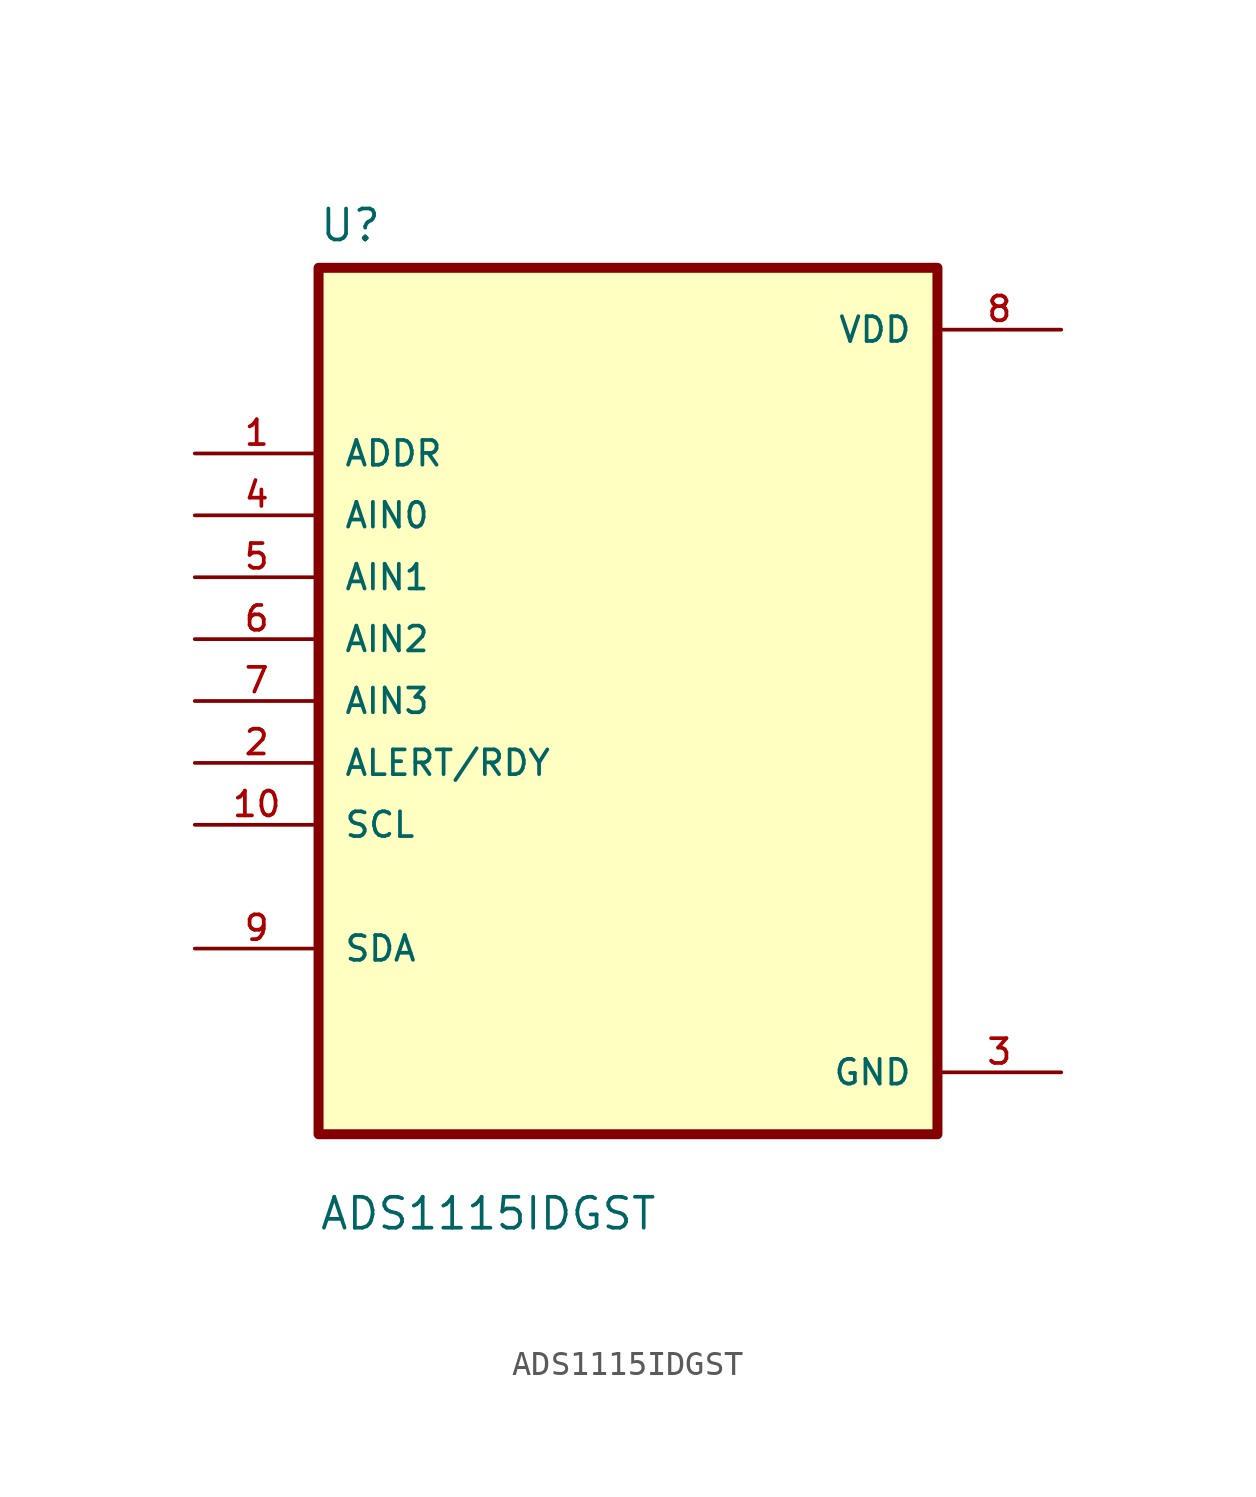
<source format=kicad_sym>
(kicad_symbol_lib
  (version 20211014)
  (generator kicad_symbol_editor)
  (symbol "ADS1115IDGST"
    (pin_names
      (offset 1.016))
    (property "Reference" "U"
      (at -12.7 18.78 0.0)
      (effects (font (size 1.27 1.27)) (justify bottom left)))
    (property "Value" "ADS1115IDGST"
      (at -12.7 -21.78 0.0)
      (effects (font (size 1.27 1.27)) (justify bottom left)))
    (symbol "ADS1115IDGST_0_0"
      (rectangle (start -12.7 -17.78) (end 12.7 17.78) (stroke (width 0.41)) (fill (type background)))
      (pin input line (at -17.78 10.16 0) (length 5.08) (name "ADDR" (effects (font (size 1.016 1.016)))) (number "1" (effects (font (size 1.016 1.016)))))
      (pin input line (at -17.78 7.62 0) (length 5.08) (name "AIN0" (effects (font (size 1.016 1.016)))) (number "4" (effects (font (size 1.016 1.016)))))
      (pin input line (at -17.78 5.08 0) (length 5.08) (name "AIN1" (effects (font (size 1.016 1.016)))) (number "5" (effects (font (size 1.016 1.016)))))
      (pin input line (at -17.78 2.54 0) (length 5.08) (name "AIN2" (effects (font (size 1.016 1.016)))) (number "6" (effects (font (size 1.016 1.016)))))
      (pin input line (at -17.78 0.0 0) (length 5.08) (name "AIN3" (effects (font (size 1.016 1.016)))) (number "7" (effects (font (size 1.016 1.016)))))
      (pin input line (at -17.78 -2.54 0) (length 5.08) (name "ALERT/RDY" (effects (font (size 1.016 1.016)))) (number "2" (effects (font (size 1.016 1.016)))))
      (pin input line (at -17.78 -5.08 0) (length 5.08) (name "SCL" (effects (font (size 1.016 1.016)))) (number "10" (effects (font (size 1.016 1.016)))))
      (pin bidirectional line (at -17.78 -10.16 0) (length 5.08) (name "SDA" (effects (font (size 1.016 1.016)))) (number "9" (effects (font (size 1.016 1.016)))))
      (pin power_in line (at 17.78 15.24 180.0) (length 5.08) (name "VDD" (effects (font (size 1.016 1.016)))) (number "8" (effects (font (size 1.016 1.016)))))
      (pin power_in line (at 17.78 -15.24 180.0) (length 5.08) (name "GND" (effects (font (size 1.016 1.016)))) (number "3" (effects (font (size 1.016 1.016))))))))
</source>
